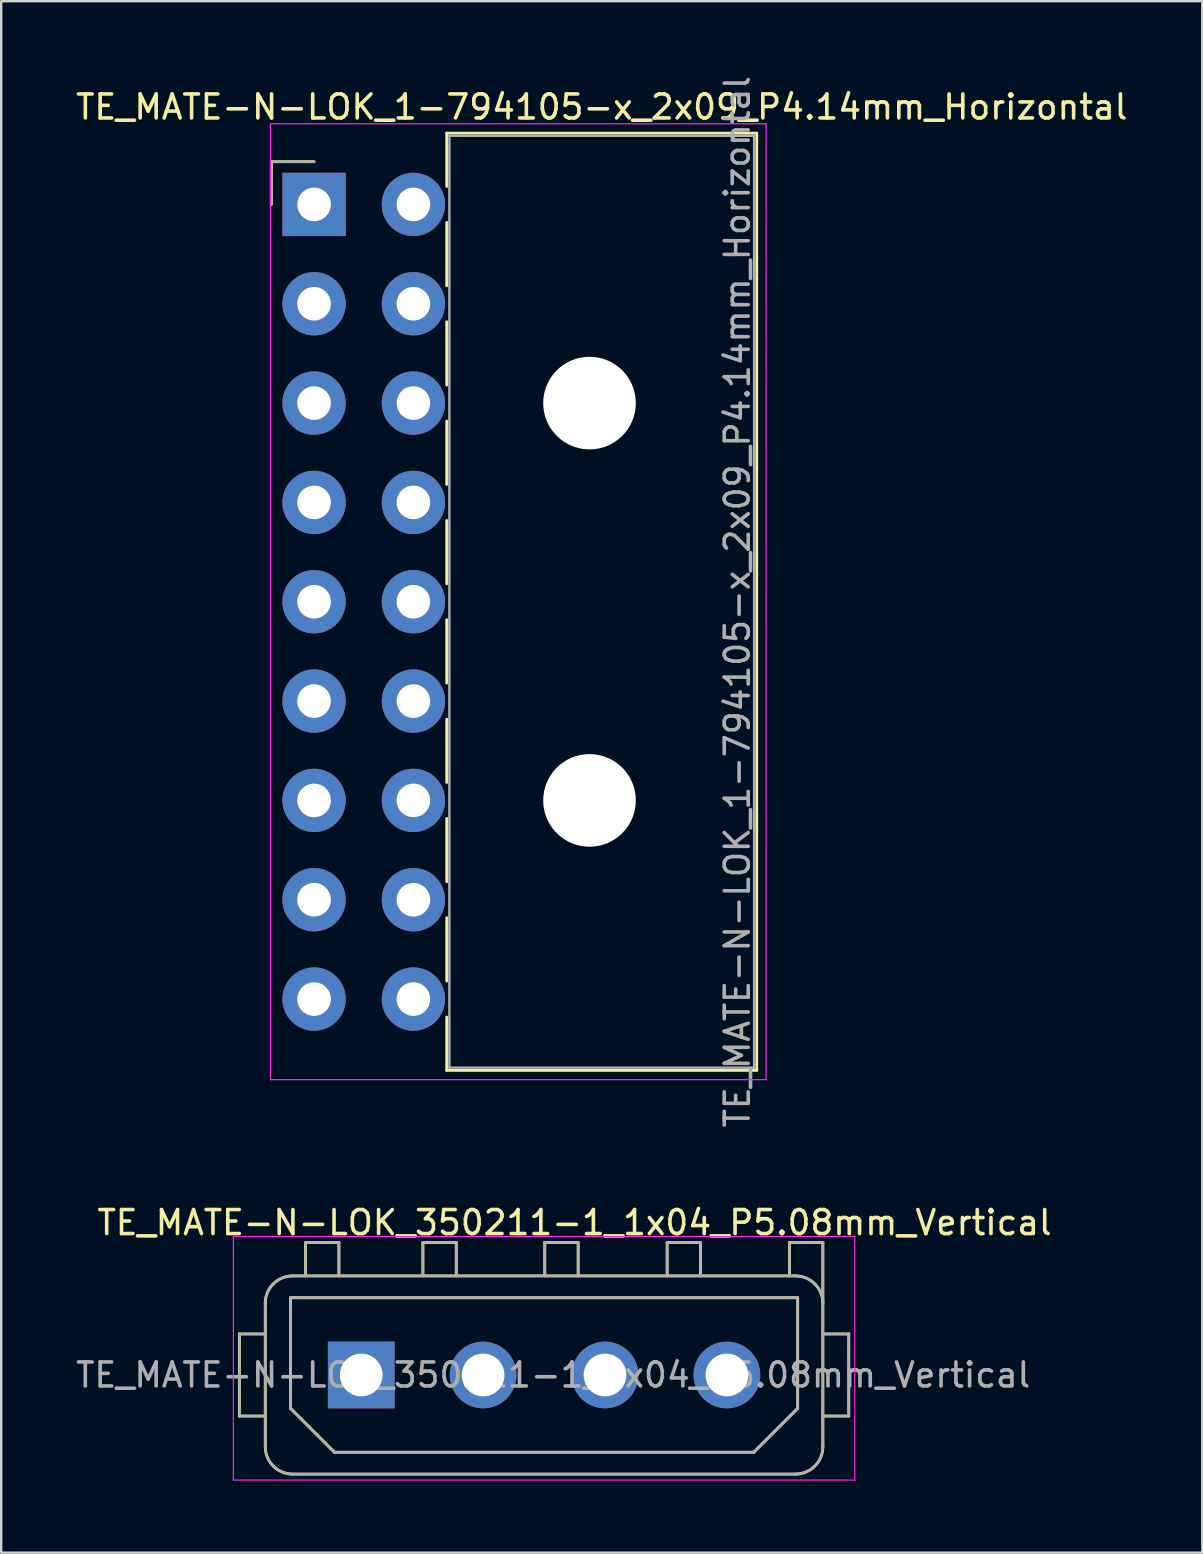
<source format=kicad_pcb>
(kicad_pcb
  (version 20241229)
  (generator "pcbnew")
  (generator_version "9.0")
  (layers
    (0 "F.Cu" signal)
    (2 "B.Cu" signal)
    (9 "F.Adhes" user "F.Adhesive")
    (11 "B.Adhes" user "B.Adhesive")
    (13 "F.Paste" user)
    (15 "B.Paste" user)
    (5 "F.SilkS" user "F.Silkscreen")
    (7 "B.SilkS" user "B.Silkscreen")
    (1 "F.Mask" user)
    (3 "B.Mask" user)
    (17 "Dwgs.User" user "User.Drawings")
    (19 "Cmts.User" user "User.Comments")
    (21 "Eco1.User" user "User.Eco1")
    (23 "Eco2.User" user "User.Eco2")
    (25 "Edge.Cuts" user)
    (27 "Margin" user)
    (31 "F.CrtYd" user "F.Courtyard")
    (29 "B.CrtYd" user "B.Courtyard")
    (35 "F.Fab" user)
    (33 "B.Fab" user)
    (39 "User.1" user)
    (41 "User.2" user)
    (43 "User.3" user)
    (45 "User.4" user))
  (footprint "TE_MATE-N-LOK_1-794105-x_2x09_P4.14mm_Horizontal"
    (layer "F.Cu")
    (at 10.04 5.47)
    (property "Reference" "TE_MATE-N-LOK_1-794105-x_2x09_P4.14mm_Horizontal" (at 11.99 -4.06 0) (layer "F.SilkS") (effects (font (size 1 1) (thickness 0.15))))
    (attr through_hole)
    (fp_line (start -1.78 -1.78) (end -1.78 0) (stroke (width 0.12) (type solid)) (layer "F.SilkS"))
    (fp_line (start 0 -1.78) (end -1.78 -1.78) (stroke (width 0.12) (type solid)) (layer "F.SilkS"))
    (fp_line (start 5.53 -2.97) (end 18.45 -2.97) (stroke (width 0.12) (type solid)) (layer "F.SilkS"))
    (fp_line (start 5.53 -0.751) (end 5.53 -2.97) (stroke (width 0.12) (type solid)) (layer "F.SilkS"))
    (fp_line (start 5.53 0.751) (end 5.53 3.389) (stroke (width 0.12) (type solid)) (layer "F.SilkS"))
    (fp_line (start 5.53 4.891) (end 5.53 7.529) (stroke (width 0.12) (type solid)) (layer "F.SilkS"))
    (fp_line (start 5.53 9.031) (end 5.53 11.669) (stroke (width 0.12) (type solid)) (layer "F.SilkS"))
    (fp_line (start 5.53 13.171) (end 5.53 15.809) (stroke (width 0.12) (type solid)) (layer "F.SilkS"))
    (fp_line (start 5.53 17.311) (end 5.53 19.949) (stroke (width 0.12) (type solid)) (layer "F.SilkS"))
    (fp_line (start 5.53 21.451) (end 5.53 24.089) (stroke (width 0.12) (type solid)) (layer "F.SilkS"))
    (fp_line (start 5.53 25.591) (end 5.53 28.229) (stroke (width 0.12) (type solid)) (layer "F.SilkS"))
    (fp_line (start 5.53 29.731) (end 5.53 32.369) (stroke (width 0.12) (type solid)) (layer "F.SilkS"))
    (fp_line (start 5.53 36.09) (end 5.53 33.871) (stroke (width 0.12) (type solid)) (layer "F.SilkS"))
    (fp_line (start 18.45 -2.97) (end 18.45 36.09) (stroke (width 0.12) (type solid)) (layer "F.SilkS"))
    (fp_line (start 18.45 36.09) (end 5.53 36.09) (stroke (width 0.12) (type solid)) (layer "F.SilkS"))
    (fp_line (start -1.82 -3.36) (end -1.82 36.48) (stroke (width 0.05) (type solid)) (layer "F.CrtYd"))
    (fp_line (start -1.82 36.48) (end 18.84 36.48) (stroke (width 0.05) (type solid)) (layer "F.CrtYd"))
    (fp_line (start 18.84 -3.36) (end -1.82 -3.36) (stroke (width 0.05) (type solid)) (layer "F.CrtYd"))
    (fp_line (start 18.84 36.48) (end 18.84 -3.36) (stroke (width 0.05) (type solid)) (layer "F.CrtYd"))
    (fp_line (start -1.78 -1.78) (end -1.78 0) (stroke (width 0.1) (type solid)) (layer "F.Fab"))
    (fp_line (start 0 -1.78) (end -1.78 -1.78) (stroke (width 0.1) (type solid)) (layer "F.Fab"))
    (fp_line (start 5.64 -2.86) (end 5.64 35.98) (stroke (width 0.1) (type solid)) (layer "F.Fab"))
    (fp_line (start 5.64 35.98) (end 18.34 35.98) (stroke (width 0.1) (type solid)) (layer "F.Fab"))
    (fp_line (start 18.34 -2.86) (end 5.64 -2.86) (stroke (width 0.1) (type solid)) (layer "F.Fab"))
    (fp_line (start 18.34 35.98) (end 18.34 -2.86) (stroke (width 0.1) (type solid)) (layer "F.Fab"))
    (fp_text user "${REFERENCE}" (at 17.64 16.56 90) (layer "F.Fab") (effects (font (size 1 1) (thickness 0.15))))
    (pad "" np_thru_hole circle (at 11.48 8.28) (size 3.86 3.86) (drill 3.86) (layers "*.Cu" "*.Mask"))
    (pad "" np_thru_hole circle (at 11.48 24.84) (size 3.86 3.86) (drill 3.86) (layers "*.Cu" "*.Mask"))
    (pad "1" thru_hole rect (at 0 0) (size 2.64 2.64) (drill 1.4) (layers "*.Cu" "*.Mask"))
    (pad "2" thru_hole circle (at 0 4.14) (size 2.64 2.64) (drill 1.4) (layers "*.Cu" "*.Mask"))
    (pad "3" thru_hole circle (at 0 8.28) (size 2.64 2.64) (drill 1.4) (layers "*.Cu" "*.Mask"))
    (pad "4" thru_hole circle (at 0 12.42) (size 2.64 2.64) (drill 1.4) (layers "*.Cu" "*.Mask"))
    (pad "5" thru_hole circle (at 0 16.56) (size 2.64 2.64) (drill 1.4) (layers "*.Cu" "*.Mask"))
    (pad "6" thru_hole circle (at 0 20.7) (size 2.64 2.64) (drill 1.4) (layers "*.Cu" "*.Mask"))
    (pad "7" thru_hole circle (at 0 24.84) (size 2.64 2.64) (drill 1.4) (layers "*.Cu" "*.Mask"))
    (pad "8" thru_hole circle (at 0 28.98) (size 2.64 2.64) (drill 1.4) (layers "*.Cu" "*.Mask"))
    (pad "9" thru_hole circle (at 0 33.12) (size 2.64 2.64) (drill 1.4) (layers "*.Cu" "*.Mask"))
    (pad "10" thru_hole circle (at 4.14 0) (size 2.64 2.64) (drill 1.4) (layers "*.Cu" "*.Mask"))
    (pad "11" thru_hole circle (at 4.14 4.14) (size 2.64 2.64) (drill 1.4) (layers "*.Cu" "*.Mask"))
    (pad "12" thru_hole circle (at 4.14 8.28) (size 2.64 2.64) (drill 1.4) (layers "*.Cu" "*.Mask"))
    (pad "13" thru_hole circle (at 4.14 12.42) (size 2.64 2.64) (drill 1.4) (layers "*.Cu" "*.Mask"))
    (pad "14" thru_hole circle (at 4.14 16.56) (size 2.64 2.64) (drill 1.4) (layers "*.Cu" "*.Mask"))
    (pad "15" thru_hole circle (at 4.14 20.7) (size 2.64 2.64) (drill 1.4) (layers "*.Cu" "*.Mask"))
    (pad "16" thru_hole circle (at 4.14 24.84) (size 2.64 2.64) (drill 1.4) (layers "*.Cu" "*.Mask"))
    (pad "17" thru_hole circle (at 4.14 28.98) (size 2.64 2.64) (drill 1.4) (layers "*.Cu" "*.Mask"))
    (pad "18" thru_hole circle (at 4.14 33.12) (size 2.64 2.64) (drill 1.4) (layers "*.Cu" "*.Mask")))
  (footprint "TE_MATE-N-LOK_350211-1_1x04_P5.08mm_Vertical"
    (layer "F.Cu")
    (at 12.006 54.258)
    (property "Reference" "TE_MATE-N-LOK_350211-1_1x04_P5.08mm_Vertical" (at 8.89 -6.35 0) (layer "F.SilkS") (effects (font (size 1 1) (thickness 0.15))))
    (attr through_hole)
    (fp_line (start -5.08 -1.71) (end -4 -1.71) (stroke (width 0.12) (type solid)) (layer "F.SilkS"))
    (fp_line (start -5.08 1.71) (end -5.08 -1.71) (stroke (width 0.12) (type solid)) (layer "F.SilkS"))
    (fp_line (start -4 -2.99) (end -4 2.99) (stroke (width 0.12) (type solid)) (layer "F.SilkS"))
    (fp_line (start -4 1.71) (end -5.08 1.71) (stroke (width 0.12) (type solid)) (layer "F.SilkS"))
    (fp_line (start -2.95 -3.22) (end 18.19 -3.22) (stroke (width 0.12) (type solid)) (layer "F.SilkS"))
    (fp_line (start -2.95 1.39) (end -2.95 -3.22) (stroke (width 0.12) (type solid)) (layer "F.SilkS"))
    (fp_line (start -2.86 4.13) (end 18.1 4.13) (stroke (width 0.12) (type solid)) (layer "F.SilkS"))
    (fp_line (start -2.32 -5.52) (end -0.93 -5.52) (stroke (width 0.12) (type solid)) (layer "F.SilkS"))
    (fp_line (start -2.32 -4.13) (end -2.32 -5.52) (stroke (width 0.12) (type solid)) (layer "F.SilkS"))
    (fp_line (start -1.12 3.22) (end -2.95 1.39) (stroke (width 0.12) (type solid)) (layer "F.SilkS"))
    (fp_line (start -0.93 -5.52) (end -0.93 -4.13) (stroke (width 0.12) (type solid)) (layer "F.SilkS"))
    (fp_line (start 2.57 -5.52) (end 3.96 -5.52) (stroke (width 0.12) (type solid)) (layer "F.SilkS"))
    (fp_line (start 2.57 -4.13) (end 2.57 -5.52) (stroke (width 0.12) (type solid)) (layer "F.SilkS"))
    (fp_line (start 3.96 -5.52) (end 3.96 -4.13) (stroke (width 0.12) (type solid)) (layer "F.SilkS"))
    (fp_line (start 7.65 -5.52) (end 9.04 -5.52) (stroke (width 0.12) (type solid)) (layer "F.SilkS"))
    (fp_line (start 7.65 -4.13) (end 7.65 -5.52) (stroke (width 0.12) (type solid)) (layer "F.SilkS"))
    (fp_line (start 9.04 -5.52) (end 9.04 -4.13) (stroke (width 0.12) (type solid)) (layer "F.SilkS"))
    (fp_line (start 12.75 -5.52) (end 14.14 -5.52) (stroke (width 0.12) (type solid)) (layer "F.SilkS"))
    (fp_line (start 12.75 -4.13) (end 12.75 -5.52) (stroke (width 0.12) (type solid)) (layer "F.SilkS"))
    (fp_line (start 14.14 -5.52) (end 14.14 -4.13) (stroke (width 0.12) (type solid)) (layer "F.SilkS"))
    (fp_line (start 16.36 3.22) (end -1.12 3.22) (stroke (width 0.12) (type solid)) (layer "F.SilkS"))
    (fp_line (start 17.85 -5.52) (end 19.24 -5.52) (stroke (width 0.12) (type solid)) (layer "F.SilkS"))
    (fp_line (start 17.85 -4.13) (end 17.85 -5.52) (stroke (width 0.12) (type solid)) (layer "F.SilkS"))
    (fp_line (start 18.1 -4.13) (end -2.86 -4.13) (stroke (width 0.12) (type solid)) (layer "F.SilkS"))
    (fp_line (start 18.19 -3.22) (end 18.19 1.39) (stroke (width 0.12) (type solid)) (layer "F.SilkS"))
    (fp_line (start 18.19 1.39) (end 16.36 3.22) (stroke (width 0.12) (type solid)) (layer "F.SilkS"))
    (fp_line (start 19.24 1.71) (end 20.32 1.71) (stroke (width 0.12) (type solid)) (layer "F.SilkS"))
    (fp_line (start 19.24 2.99) (end 19.24 -5.52) (stroke (width 0.12) (type solid)) (layer "F.SilkS"))
    (fp_line (start 20.32 -1.71) (end 19.24 -1.71) (stroke (width 0.12) (type solid)) (layer "F.SilkS"))
    (fp_line (start 20.32 1.71) (end 20.32 -1.71) (stroke (width 0.12) (type solid)) (layer "F.SilkS"))
    (fp_arc (start -4 -2.99) (mid -3.666102 -3.796102) (end -2.86 -4.13) (stroke (width 0.12) (type solid)) (layer "F.SilkS"))
    (fp_arc (start -2.86 4.13) (mid -3.666102 3.796102) (end -4 2.99) (stroke (width 0.12) (type solid)) (layer "F.SilkS"))
    (fp_arc (start 18.1 -4.13) (mid 18.906102 -3.796102) (end 19.24 -2.99) (stroke (width 0.12) (type solid)) (layer "F.SilkS"))
    (fp_arc (start 19.24 2.99) (mid 18.906102 3.796102) (end 18.1 4.13) (stroke (width 0.12) (type solid)) (layer "F.SilkS"))
    (fp_line (start -5.33 -5.77) (end -5.33 4.38) (stroke (width 0.05) (type solid)) (layer "F.CrtYd"))
    (fp_line (start -5.33 4.38) (end 20.57 4.38) (stroke (width 0.05) (type solid)) (layer "F.CrtYd"))
    (fp_line (start 20.57 -5.77) (end -5.33 -5.77) (stroke (width 0.05) (type solid)) (layer "F.CrtYd"))
    (fp_line (start 20.57 4.38) (end 20.57 -5.77) (stroke (width 0.05) (type solid)) (layer "F.CrtYd"))
    (fp_line (start -5.08 -1.71) (end -4 -1.71) (stroke (width 0.1) (type solid)) (layer "F.Fab"))
    (fp_line (start -5.08 1.71) (end -5.08 -1.71) (stroke (width 0.1) (type solid)) (layer "F.Fab"))
    (fp_line (start -4 -2.99) (end -4 2.99) (stroke (width 0.1) (type solid)) (layer "F.Fab"))
    (fp_line (start -4 1.71) (end -5.08 1.71) (stroke (width 0.1) (type solid)) (layer "F.Fab"))
    (fp_line (start -2.95 -3.22) (end 18.19 -3.22) (stroke (width 0.1) (type solid)) (layer "F.Fab"))
    (fp_line (start -2.95 1.39) (end -2.95 -3.22) (stroke (width 0.1) (type solid)) (layer "F.Fab"))
    (fp_line (start -2.86 4.13) (end 18.1 4.13) (stroke (width 0.1) (type solid)) (layer "F.Fab"))
    (fp_line (start -2.32 -5.52) (end -0.93 -5.52) (stroke (width 0.1) (type solid)) (layer "F.Fab"))
    (fp_line (start -2.32 -4.13) (end -2.32 -5.52) (stroke (width 0.1) (type solid)) (layer "F.Fab"))
    (fp_line (start -1.12 3.22) (end -2.95 1.39) (stroke (width 0.1) (type solid)) (layer "F.Fab"))
    (fp_line (start -0.93 -5.52) (end -0.93 -4.13) (stroke (width 0.1) (type solid)) (layer "F.Fab"))
    (fp_line (start 2.57 -5.52) (end 3.96 -5.52) (stroke (width 0.1) (type solid)) (layer "F.Fab"))
    (fp_line (start 2.57 -4.13) (end 2.57 -5.52) (stroke (width 0.1) (type solid)) (layer "F.Fab"))
    (fp_line (start 3.96 -5.52) (end 3.96 -4.13) (stroke (width 0.1) (type solid)) (layer "F.Fab"))
    (fp_line (start 7.65 -5.52) (end 9.04 -5.52) (stroke (width 0.1) (type solid)) (layer "F.Fab"))
    (fp_line (start 7.65 -4.13) (end 7.65 -5.52) (stroke (width 0.1) (type solid)) (layer "F.Fab"))
    (fp_line (start 9.04 -5.52) (end 9.04 -4.13) (stroke (width 0.1) (type solid)) (layer "F.Fab"))
    (fp_line (start 12.75 -5.52) (end 14.14 -5.52) (stroke (width 0.1) (type solid)) (layer "F.Fab"))
    (fp_line (start 12.75 -4.13) (end 12.75 -5.52) (stroke (width 0.1) (type solid)) (layer "F.Fab"))
    (fp_line (start 14.14 -5.52) (end 14.14 -4.13) (stroke (width 0.1) (type solid)) (layer "F.Fab"))
    (fp_line (start 16.36 3.22) (end -1.12 3.22) (stroke (width 0.1) (type solid)) (layer "F.Fab"))
    (fp_line (start 17.85 -5.52) (end 19.24 -5.52) (stroke (width 0.1) (type solid)) (layer "F.Fab"))
    (fp_line (start 17.85 -4.13) (end 17.85 -5.52) (stroke (width 0.1) (type solid)) (layer "F.Fab"))
    (fp_line (start 18.1 -4.13) (end -2.86 -4.13) (stroke (width 0.1) (type solid)) (layer "F.Fab"))
    (fp_line (start 18.19 -3.22) (end 18.19 1.39) (stroke (width 0.1) (type solid)) (layer "F.Fab"))
    (fp_line (start 18.19 1.39) (end 16.36 3.22) (stroke (width 0.1) (type solid)) (layer "F.Fab"))
    (fp_line (start 19.24 1.71) (end 20.32 1.71) (stroke (width 0.1) (type solid)) (layer "F.Fab"))
    (fp_line (start 19.24 2.99) (end 19.24 -5.52) (stroke (width 0.1) (type solid)) (layer "F.Fab"))
    (fp_line (start 20.32 -1.71) (end 19.24 -1.71) (stroke (width 0.1) (type solid)) (layer "F.Fab"))
    (fp_line (start 20.32 1.71) (end 20.32 -1.71) (stroke (width 0.1) (type solid)) (layer "F.Fab"))
    (fp_arc (start -4 -2.99) (mid -3.666102 -3.796102) (end -2.86 -4.13) (stroke (width 0.1) (type solid)) (layer "F.Fab"))
    (fp_arc (start -2.86 4.13) (mid -3.666102 3.796102) (end -4 2.99) (stroke (width 0.1) (type solid)) (layer "F.Fab"))
    (fp_arc (start 18.1 -4.13) (mid 18.906102 -3.796102) (end 19.24 -2.99) (stroke (width 0.1) (type solid)) (layer "F.Fab"))
    (fp_arc (start 19.24 2.99) (mid 18.906102 3.796102) (end 18.1 4.13) (stroke (width 0.1) (type solid)) (layer "F.Fab"))
    (fp_text user "${REFERENCE}" (at 8 0 0) (layer "F.Fab") (effects (font (size 1 1) (thickness 0.15))))
    (pad "1" thru_hole rect (at 0 0) (size 2.78 2.78) (drill 1.78) (layers "*.Cu" "*.Mask"))
    (pad "2" thru_hole circle (at 5.08 0) (size 2.78 2.78) (drill 1.78) (layers "*.Cu" "*.Mask"))
    (pad "3" thru_hole circle (at 10.16 0) (size 2.78 2.78) (drill 1.78) (layers "*.Cu" "*.Mask"))
    (pad "4" thru_hole circle (at 15.24 0) (size 2.78 2.78) (drill 1.78) (layers "*.Cu" "*.Mask")))
  (gr_rect
    (start -3 -3)
    (end 47.06 61.663)
    (stroke (width 0.1) (type default))
    (fill no)
    (layer "Edge.Cuts")))
</source>
